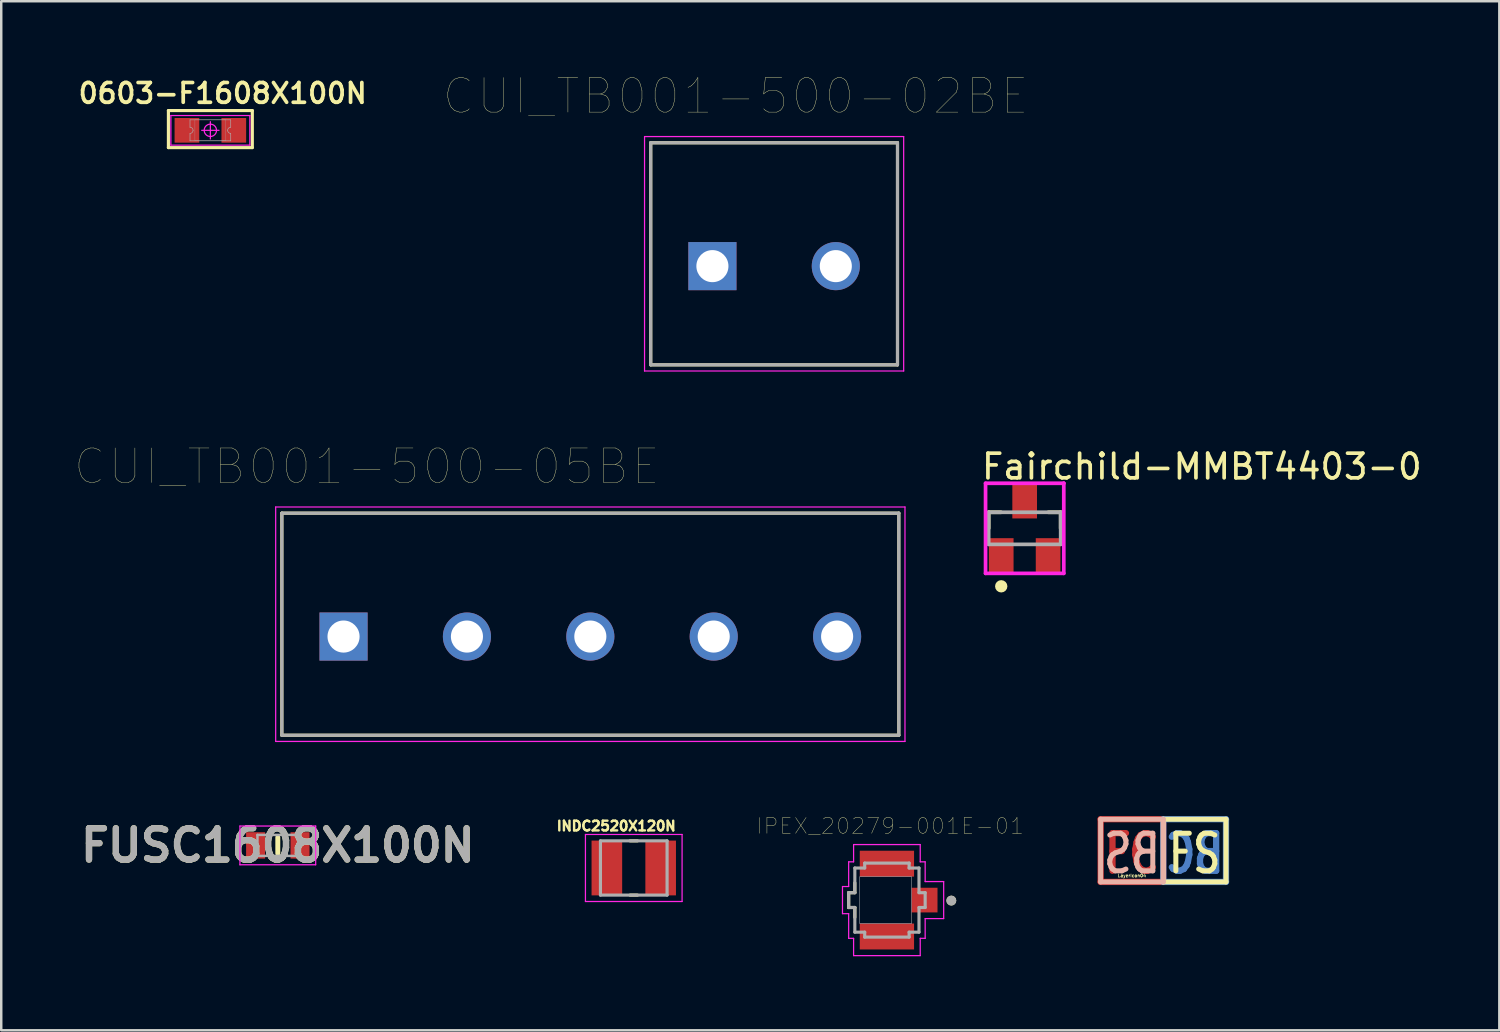
<source format=kicad_pcb>
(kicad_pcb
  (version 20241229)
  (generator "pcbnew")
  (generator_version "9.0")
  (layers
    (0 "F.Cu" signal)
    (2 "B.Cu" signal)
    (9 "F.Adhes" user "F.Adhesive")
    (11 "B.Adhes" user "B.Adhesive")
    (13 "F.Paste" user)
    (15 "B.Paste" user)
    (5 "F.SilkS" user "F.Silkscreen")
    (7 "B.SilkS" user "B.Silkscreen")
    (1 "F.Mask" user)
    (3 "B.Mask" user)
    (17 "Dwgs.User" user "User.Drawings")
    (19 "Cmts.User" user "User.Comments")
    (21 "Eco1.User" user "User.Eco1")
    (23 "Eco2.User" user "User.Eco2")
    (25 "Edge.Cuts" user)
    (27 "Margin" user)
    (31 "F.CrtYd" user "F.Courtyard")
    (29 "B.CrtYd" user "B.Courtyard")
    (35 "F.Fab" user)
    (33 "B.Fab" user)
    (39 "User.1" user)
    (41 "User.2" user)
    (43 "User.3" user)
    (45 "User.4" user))
  (footprint "0603-F1608X100N"
    (layer "F.Cu")
    (at 5.474 2.231)
    (property "Reference" "0603-F1608X100N" (at 0.5 -1.5 0) (layer "F.SilkS") (effects (font (size 0.8 0.8) (thickness 0.15))))
    (attr through_hole)
    (fp_line (start -1.7 -0.8) (end 1.7 -0.8) (stroke (width 0.127) (type solid)) (layer "F.SilkS"))
    (fp_line (start -1.7 0.7) (end -1.7 -0.8) (stroke (width 0.127) (type solid)) (layer "F.SilkS"))
    (fp_line (start 1.7 -0.8) (end 1.7 0.7) (stroke (width 0.127) (type solid)) (layer "F.SilkS"))
    (fp_line (start 1.7 0.7) (end -1.7 0.7) (stroke (width 0.127) (type solid)) (layer "F.SilkS"))
    (fp_line (start -1.6 -0.6) (end -1.6 0.6) (stroke (width 0.05) (type solid)) (layer "F.CrtYd"))
    (fp_line (start -1.6 0.6) (end 1.6 0.6) (stroke (width 0.05) (type solid)) (layer "F.CrtYd"))
    (fp_line (start 0 0.35) (end 0 -0.35) (stroke (width 0.05) (type solid)) (layer "F.CrtYd"))
    (fp_line (start 0.35 0) (end -0.35 0) (stroke (width 0.05) (type solid)) (layer "F.CrtYd"))
    (fp_line (start 1.6 -0.6) (end -1.6 -0.6) (stroke (width 0.05) (type solid)) (layer "F.CrtYd"))
    (fp_line (start 1.6 0.6) (end 1.6 -0.6) (stroke (width 0.05) (type solid)) (layer "F.CrtYd"))
    (fp_circle (center 0 0) (end 0.25 0) (stroke (width 0.05) (type solid)) (fill no) (layer "F.CrtYd"))
    (fp_line (start -0.825 -0.425) (end 0.825 -0.425) (stroke (width 0.025) (type solid)) (layer "F.Fab"))
    (fp_line (start -0.825 -0.125) (end -0.825 -0.425) (stroke (width 0.025) (type solid)) (layer "F.Fab"))
    (fp_line (start -0.825 0.425) (end -0.825 0.125) (stroke (width 0.025) (type solid)) (layer "F.Fab"))
    (fp_line (start -0.625 -0.425) (end -0.625 0.425) (stroke (width 0.01) (type solid)) (layer "F.Fab"))
    (fp_line (start -0.625 0.425) (end 0.625 0.425) (stroke (width 0.01) (type solid)) (layer "F.Fab"))
    (fp_line (start 0.625 -0.425) (end -0.625 -0.425) (stroke (width 0.01) (type solid)) (layer "F.Fab"))
    (fp_line (start 0.625 0.425) (end 0.625 -0.425) (stroke (width 0.01) (type solid)) (layer "F.Fab"))
    (fp_line (start 0.825 -0.425) (end 0.825 -0.125) (stroke (width 0.025) (type solid)) (layer "F.Fab"))
    (fp_line (start 0.825 0.125) (end 0.825 0.425) (stroke (width 0.025) (type solid)) (layer "F.Fab"))
    (fp_line (start 0.825 0.425) (end -0.825 0.425) (stroke (width 0.025) (type solid)) (layer "F.Fab"))
    (fp_arc (start -0.825 -0.125) (mid -0.736612 -0.088388) (end -0.7 0) (stroke (width 0.025) (type solid)) (layer "F.Fab"))
    (fp_arc (start -0.7 0) (mid -0.736612 0.088388) (end -0.825 0.125) (stroke (width 0.025) (type solid)) (layer "F.Fab"))
    (fp_arc (start 0.7 0) (mid 0.736612 -0.088388) (end 0.825 -0.125) (stroke (width 0.025) (type solid)) (layer "F.Fab"))
    (fp_arc (start 0.825 0.125) (mid 0.736612 0.088388) (end 0.7 0) (stroke (width 0.025) (type solid)) (layer "F.Fab"))
    (pad "1" smd roundrect (at -0.95 0) (size 1 1) (layers "F.Cu" "F.Mask" "F.Paste") (roundrect_rratio 0.01))
    (pad "2" smd roundrect (at 0.95 0) (size 1 1) (layers "F.Cu" "F.Mask" "F.Paste") (roundrect_rratio 0.01)))
  (footprint "INDC2520X120N"
    (layer "F.Cu")
    (at 22.631 32.122)
    (property "Reference" "INDC2520X120N" (at -0.71 -1.7 0) (layer "F.SilkS") (effects (font (size 0.394 0.394) (thickness 0.15))))
    (attr through_hole)
    (fp_line (start -0.15 -1.1) (end 0.15 -1.1) (stroke (width 0.127) (type solid)) (layer "F.SilkS"))
    (fp_line (start -0.15 1.1) (end 0.15 1.1) (stroke (width 0.127) (type solid)) (layer "F.SilkS"))
    (fp_line (start -1.958 -1.358) (end 1.958 -1.358) (stroke (width 0.05) (type solid)) (layer "F.CrtYd"))
    (fp_line (start -1.958 1.358) (end -1.958 -1.358) (stroke (width 0.05) (type solid)) (layer "F.CrtYd"))
    (fp_line (start -1.958 1.358) (end 1.958 1.358) (stroke (width 0.05) (type solid)) (layer "F.CrtYd"))
    (fp_line (start 1.958 1.358) (end 1.958 -1.358) (stroke (width 0.05) (type solid)) (layer "F.CrtYd"))
    (fp_line (start -1.35 1.1) (end -1.35 -1.1) (stroke (width 0.127) (type solid)) (layer "F.Fab"))
    (fp_line (start 1.35 -1.1) (end -1.35 -1.1) (stroke (width 0.127) (type solid)) (layer "F.Fab"))
    (fp_line (start 1.35 1.1) (end -1.35 1.1) (stroke (width 0.127) (type solid)) (layer "F.Fab"))
    (fp_line (start 1.35 1.1) (end 1.35 -1.1) (stroke (width 0.127) (type solid)) (layer "F.Fab"))
    (pad "1" smd rect (at -1.09 0) (size 1.24 2.22) (layers "F.Cu" "F.Mask" "F.Paste"))
    (pad "2" smd rect (at 1.09 0) (size 1.24 2.22) (layers "F.Cu" "F.Mask" "F.Paste")))
  (footprint "FUSC1608X100N"
    (layer "F.Cu")
    (at 8.207 31.207)
    (property "Reference" "FUSC1608X100N" (at 0 0 0) (layer "F.SilkS") (effects (font (size 1.27 1.27) (thickness 0.254))))
    (attr smd)
    (fp_line (start 0 -0.325) (end 0 0.325) (stroke (width 0.2) (type solid)) (layer "F.SilkS"))
    (fp_line (start -1.535 -0.785) (end 1.535 -0.785) (stroke (width 0.05) (type solid)) (layer "F.CrtYd"))
    (fp_line (start -1.535 0.785) (end -1.535 -0.785) (stroke (width 0.05) (type solid)) (layer "F.CrtYd"))
    (fp_line (start 1.535 -0.785) (end 1.535 0.785) (stroke (width 0.05) (type solid)) (layer "F.CrtYd"))
    (fp_line (start 1.535 0.785) (end -1.535 0.785) (stroke (width 0.05) (type solid)) (layer "F.CrtYd"))
    (fp_line (start -0.825 -0.425) (end 0.825 -0.425) (stroke (width 0.1) (type solid)) (layer "F.Fab"))
    (fp_line (start -0.825 0.425) (end -0.825 -0.425) (stroke (width 0.1) (type solid)) (layer "F.Fab"))
    (fp_line (start 0.825 -0.425) (end 0.825 0.425) (stroke (width 0.1) (type solid)) (layer "F.Fab"))
    (fp_line (start 0.825 0.425) (end -0.825 0.425) (stroke (width 0.1) (type solid)) (layer "F.Fab"))
    (fp_text user "${REFERENCE}" (at 0 0 0) (layer "F.Fab") (effects (font (size 1.27 1.27) (thickness 0.254))))
    (pad "1" smd rect (at -0.9 0) (size 0.77 1.07) (layers "F.Cu" "F.Mask" "F.Paste"))
    (pad "2" smd rect (at 0.9 0) (size 0.77 1.07) (layers "F.Cu" "F.Mask" "F.Paste")))
  (footprint "CUI_TB001-500-02BE"
    (layer "F.Cu")
    (at 25.818 7.734)
    (property "Reference" "CUI_TB001-500-02BE" (at 0.945 -6.889 0) (layer "F.SilkS") (effects (font (size 1.4 1.4) (thickness 0.015))))
    (attr through_hole)
    (fp_line (start -2.5 -5) (end 7.5 -5) (stroke (width 0.127) (type solid)) (layer "F.SilkS"))
    (fp_line (start -2.5 4) (end -2.5 -5) (stroke (width 0.127) (type solid)) (layer "F.SilkS"))
    (fp_line (start 7.5 -5) (end 7.5 4) (stroke (width 0.127) (type solid)) (layer "F.SilkS"))
    (fp_line (start 7.5 4) (end -2.5 4) (stroke (width 0.127) (type solid)) (layer "F.SilkS"))
    (fp_line (start -2.75 -5.25) (end 7.75 -5.25) (stroke (width 0.05) (type solid)) (layer "F.CrtYd"))
    (fp_line (start -2.75 4.25) (end -2.75 -5.25) (stroke (width 0.05) (type solid)) (layer "F.CrtYd"))
    (fp_line (start 7.75 -5.25) (end 7.75 4.25) (stroke (width 0.05) (type solid)) (layer "F.CrtYd"))
    (fp_line (start 7.75 4.25) (end -2.75 4.25) (stroke (width 0.05) (type solid)) (layer "F.CrtYd"))
    (fp_line (start -2.5 -5) (end 7.5 -5) (stroke (width 0.127) (type solid)) (layer "F.Fab"))
    (fp_line (start -2.5 4) (end -2.5 -5) (stroke (width 0.127) (type solid)) (layer "F.Fab"))
    (fp_line (start 7.5 -5) (end 7.5 4) (stroke (width 0.127) (type solid)) (layer "F.Fab"))
    (fp_line (start 7.5 4) (end -2.5 4) (stroke (width 0.127) (type solid)) (layer "F.Fab"))
    (pad "1" thru_hole rect (at 0 0) (size 1.95 1.95) (drill 1.3) (layers "*.Cu" "*.Mask"))
    (pad "2" thru_hole circle (at 5 0) (size 1.95 1.95) (drill 1.3) (layers "*.Cu" "*.Mask")))
  (footprint "IPEX_20279-001E-01"
    (layer "F.Cu")
    (at 32.889 33.423)
    (property "Reference" "IPEX_20279-001E-01" (at 0.129 -3.003 0) (layer "F.SilkS") (effects (font (size 0.641 0.641) (thickness 0.015))))
    (attr through_hole)
    (fp_line (start -1.55 -0.3) (end -1.55 0.3) (stroke (width 0.127) (type solid)) (layer "F.SilkS"))
    (fp_line (start -1.55 0.3) (end -1.3 0.3) (stroke (width 0.127) (type solid)) (layer "F.SilkS"))
    (fp_line (start -1.3 -0.7) (end -1.3 -0.3) (stroke (width 0.127) (type solid)) (layer "F.SilkS"))
    (fp_line (start -1.3 -0.3) (end -1.55 -0.3) (stroke (width 0.127) (type solid)) (layer "F.SilkS"))
    (fp_line (start -1.3 0.3) (end -1.3 0.7) (stroke (width 0.127) (type solid)) (layer "F.SilkS"))
    (fp_circle (center 2.61 0.02) (end 2.71 0.02) (stroke (width 0.2) (type solid)) (fill no) (layer "F.SilkS"))
    (fp_poly (pts (xy -1.1 -0.95) (xy 1 -0.95) (xy 1 0.95) (xy -1.1 0.95)) (stroke (width 0.01) (type solid)) (fill no) (layer "Dwgs.User"))
    (fp_poly (pts (xy -1.1 -0.95) (xy 1 -0.95) (xy 1 0.95) (xy -1.1 0.95)) (stroke (width 0.01) (type solid)) (fill no) (layer "Dwgs.User"))
    (fp_line (start -1.8 -0.55) (end -1.8 0.55) (stroke (width 0.05) (type solid)) (layer "F.CrtYd"))
    (fp_line (start -1.8 0.55) (end -1.55 0.55) (stroke (width 0.05) (type solid)) (layer "F.CrtYd"))
    (fp_line (start -1.55 -1.55) (end -1.55 -0.55) (stroke (width 0.05) (type solid)) (layer "F.CrtYd"))
    (fp_line (start -1.55 -0.55) (end -1.8 -0.55) (stroke (width 0.05) (type solid)) (layer "F.CrtYd"))
    (fp_line (start -1.55 1.55) (end -1.55 0.55) (stroke (width 0.05) (type solid)) (layer "F.CrtYd"))
    (fp_line (start -1.35 -1.55) (end -1.55 -1.55) (stroke (width 0.05) (type solid)) (layer "F.CrtYd"))
    (fp_line (start -1.35 -1.55) (end -1.35 -2.25) (stroke (width 0.05) (type solid)) (layer "F.CrtYd"))
    (fp_line (start -1.35 1.55) (end -1.55 1.55) (stroke (width 0.05) (type solid)) (layer "F.CrtYd"))
    (fp_line (start -1.35 2.25) (end -1.35 1.55) (stroke (width 0.05) (type solid)) (layer "F.CrtYd"))
    (fp_line (start 1.35 -2.25) (end -1.35 -2.25) (stroke (width 0.05) (type solid)) (layer "F.CrtYd"))
    (fp_line (start 1.35 -2.25) (end 1.35 -1.55) (stroke (width 0.05) (type solid)) (layer "F.CrtYd"))
    (fp_line (start 1.35 -1.55) (end 1.55 -1.55) (stroke (width 0.05) (type solid)) (layer "F.CrtYd"))
    (fp_line (start 1.35 1.55) (end 1.35 2.25) (stroke (width 0.05) (type solid)) (layer "F.CrtYd"))
    (fp_line (start 1.35 1.55) (end 1.55 1.55) (stroke (width 0.05) (type solid)) (layer "F.CrtYd"))
    (fp_line (start 1.35 2.25) (end -1.35 2.25) (stroke (width 0.05) (type solid)) (layer "F.CrtYd"))
    (fp_line (start 1.55 -1.55) (end 1.55 -0.75) (stroke (width 0.05) (type solid)) (layer "F.CrtYd"))
    (fp_line (start 1.55 0.75) (end 2.3 0.75) (stroke (width 0.05) (type solid)) (layer "F.CrtYd"))
    (fp_line (start 1.55 1.55) (end 1.55 0.75) (stroke (width 0.05) (type solid)) (layer "F.CrtYd"))
    (fp_line (start 2.3 -0.75) (end 1.55 -0.75) (stroke (width 0.05) (type solid)) (layer "F.CrtYd"))
    (fp_line (start 2.3 0.75) (end 2.3 -0.75) (stroke (width 0.05) (type solid)) (layer "F.CrtYd"))
    (fp_line (start -1.55 -0.3) (end -1.55 0.3) (stroke (width 0.127) (type solid)) (layer "F.Fab"))
    (fp_line (start -1.55 0.3) (end -1.3 0.3) (stroke (width 0.127) (type solid)) (layer "F.Fab"))
    (fp_line (start -1.3 -1.3) (end -1.3 -0.3) (stroke (width 0.127) (type solid)) (layer "F.Fab"))
    (fp_line (start -1.3 -0.3) (end -1.55 -0.3) (stroke (width 0.127) (type solid)) (layer "F.Fab"))
    (fp_line (start -1.3 0.3) (end -1.3 1.3) (stroke (width 0.127) (type solid)) (layer "F.Fab"))
    (fp_line (start -1.3 1.3) (end -0.9 1.3) (stroke (width 0.127) (type solid)) (layer "F.Fab"))
    (fp_line (start -0.9 -1.5) (end -0.9 -1.3) (stroke (width 0.127) (type solid)) (layer "F.Fab"))
    (fp_line (start -0.9 -1.3) (end -1.3 -1.3) (stroke (width 0.127) (type solid)) (layer "F.Fab"))
    (fp_line (start -0.9 1.3) (end -0.9 1.5) (stroke (width 0.127) (type solid)) (layer "F.Fab"))
    (fp_line (start -0.9 1.5) (end 0.9 1.5) (stroke (width 0.127) (type solid)) (layer "F.Fab"))
    (fp_line (start 0.9 -1.5) (end -0.9 -1.5) (stroke (width 0.127) (type solid)) (layer "F.Fab"))
    (fp_line (start 0.9 -1.3) (end 0.9 -1.5) (stroke (width 0.127) (type solid)) (layer "F.Fab"))
    (fp_line (start 0.9 1.3) (end 1.3 1.3) (stroke (width 0.127) (type solid)) (layer "F.Fab"))
    (fp_line (start 0.9 1.5) (end 0.9 1.3) (stroke (width 0.127) (type solid)) (layer "F.Fab"))
    (fp_line (start 1.3 -1.3) (end 0.9 -1.3) (stroke (width 0.127) (type solid)) (layer "F.Fab"))
    (fp_line (start 1.3 -0.3) (end 1.3 -1.3) (stroke (width 0.127) (type solid)) (layer "F.Fab"))
    (fp_line (start 1.3 0.3) (end 1.55 0.3) (stroke (width 0.127) (type solid)) (layer "F.Fab"))
    (fp_line (start 1.3 1.3) (end 1.3 0.3) (stroke (width 0.127) (type solid)) (layer "F.Fab"))
    (fp_line (start 1.55 -0.3) (end 1.3 -0.3) (stroke (width 0.127) (type solid)) (layer "F.Fab"))
    (fp_line (start 1.55 0.3) (end 1.55 -0.3) (stroke (width 0.127) (type solid)) (layer "F.Fab"))
    (fp_circle (center 2.61 0.02) (end 2.71 0.02) (stroke (width 0.2) (type solid)) (fill no) (layer "F.Fab"))
    (pad "1" smd rect (at 1.525 0) (size 1.05 1) (layers "F.Cu" "F.Mask" "F.Paste"))
    (pad "2" smd rect (at 0 -1.475) (size 2.2 1.05) (layers "F.Cu" "F.Mask" "F.Paste"))
    (pad "3" smd rect (at 0 1.475) (size 2.2 1.05) (layers "F.Cu" "F.Mask" "F.Paste")))
  (footprint "CUI_TB001-500-05BE"
    (layer "F.Cu")
    (at 10.871 22.744)
    (property "Reference" "CUI_TB001-500-05BE" (at 0.945 -6.889 0) (layer "F.SilkS") (effects (font (size 1.4 1.4) (thickness 0.015))))
    (attr through_hole)
    (fp_line (start -2.5 -5) (end 22.5 -5) (stroke (width 0.127) (type solid)) (layer "F.SilkS"))
    (fp_line (start -2.5 4) (end -2.5 -5) (stroke (width 0.127) (type solid)) (layer "F.SilkS"))
    (fp_line (start 22.5 -5) (end 22.5 4) (stroke (width 0.127) (type solid)) (layer "F.SilkS"))
    (fp_line (start 22.5 4) (end -2.5 4) (stroke (width 0.127) (type solid)) (layer "F.SilkS"))
    (fp_line (start -2.75 -5.25) (end 22.75 -5.25) (stroke (width 0.05) (type solid)) (layer "F.CrtYd"))
    (fp_line (start -2.75 4.25) (end -2.75 -5.25) (stroke (width 0.05) (type solid)) (layer "F.CrtYd"))
    (fp_line (start 22.75 -5.25) (end 22.75 4.25) (stroke (width 0.05) (type solid)) (layer "F.CrtYd"))
    (fp_line (start 22.75 4.25) (end -2.75 4.25) (stroke (width 0.05) (type solid)) (layer "F.CrtYd"))
    (fp_line (start -2.5 -5) (end 22.5 -5) (stroke (width 0.127) (type solid)) (layer "F.Fab"))
    (fp_line (start -2.5 4) (end -2.5 -5) (stroke (width 0.127) (type solid)) (layer "F.Fab"))
    (fp_line (start 22.5 -5) (end 22.5 4) (stroke (width 0.127) (type solid)) (layer "F.Fab"))
    (fp_line (start 22.5 4) (end -2.5 4) (stroke (width 0.127) (type solid)) (layer "F.Fab"))
    (pad "1" thru_hole rect (at 0 0) (size 1.95 1.95) (drill 1.3) (layers "*.Cu" "*.Mask"))
    (pad "2" thru_hole circle (at 5 0) (size 1.95 1.95) (drill 1.3) (layers "*.Cu" "*.Mask"))
    (pad "3" thru_hole circle (at 10 0) (size 1.95 1.95) (drill 1.3) (layers "*.Cu" "*.Mask"))
    (pad "4" thru_hole circle (at 15 0) (size 1.95 1.95) (drill 1.3) (layers "*.Cu" "*.Mask"))
    (pad "5" thru_hole circle (at 20 0) (size 1.95 1.95) (drill 1.3) (layers "*.Cu" "*.Mask")))
  (footprint "Fairchild-MMBT4403-0"
    (layer "F.Cu")
    (at 38.471 18.358)
    (property "Reference" "Fairchild-MMBT4403-0" (at -1.825 -2.5 0) (layer "F.SilkS") (effects (font (size 1 1) (thickness 0.15)) (justify left)))
    (attr through_hole)
    (fp_line (start -1.46 -0.65) (end -1.46 0) (stroke (width 0.15) (type solid)) (layer "F.SilkS"))
    (fp_line (start -1.46 -0.65) (end -0.96 -0.65) (stroke (width 0.15) (type solid)) (layer "F.SilkS"))
    (fp_line (start 1.46 -0.65) (end 0.96 -0.65) (stroke (width 0.15) (type solid)) (layer "F.SilkS"))
    (fp_line (start 1.46 -0.65) (end 1.46 0) (stroke (width 0.15) (type solid)) (layer "F.SilkS"))
    (fp_circle (center -0.95 2.35) (end -0.825 2.35) (stroke (width 0.25) (type solid)) (fill no) (layer "F.SilkS"))
    (fp_line (start -1.585 -1.825) (end -1.585 1.825) (stroke (width 0.15) (type solid)) (layer "F.CrtYd"))
    (fp_line (start -1.585 1.825) (end 1.585 1.825) (stroke (width 0.15) (type solid)) (layer "F.CrtYd"))
    (fp_line (start 1.585 -1.825) (end -1.585 -1.825) (stroke (width 0.15) (type solid)) (layer "F.CrtYd"))
    (fp_line (start 1.585 -1.825) (end 1.585 -1.825) (stroke (width 0.15) (type solid)) (layer "F.CrtYd"))
    (fp_line (start 1.585 1.825) (end 1.585 -1.825) (stroke (width 0.15) (type solid)) (layer "F.CrtYd"))
    (fp_line (start -1.46 -0.65) (end 1.46 -0.65) (stroke (width 0.15) (type solid)) (layer "F.Fab"))
    (fp_line (start -1.46 0.65) (end -1.46 -0.65) (stroke (width 0.15) (type solid)) (layer "F.Fab"))
    (fp_line (start 1.46 -0.65) (end 1.46 0.65) (stroke (width 0.15) (type solid)) (layer "F.Fab"))
    (fp_line (start 1.46 0.65) (end -1.46 0.65) (stroke (width 0.15) (type solid)) (layer "F.Fab"))
    (pad "1" smd rect (at -0.95 1.1) (size 1 1.4) (layers "F.Cu" "F.Mask" "F.Paste"))
    (pad "2" smd rect (at 0.95 1.1) (size 1 1.4) (layers "F.Cu" "F.Mask" "F.Paste"))
    (pad "3" smd rect (at 0 -1.1) (size 1 1.4) (layers "F.Cu" "F.Mask" "F.Paste")))
  (footprint "LayerIcon04"
    (layer "F.Cu")
    (at 42.819 31.416)
    (property "Reference" "LayerIcon04" (at 0 1.016 0) (layer "F.SilkS") (effects (font (size 0.127 0.127) (thickness 0.025))))
    (attr exclude_from_pos_files exclude_from_bom)
    (fp_line (start -1.27 -1.27) (end 1.27 -1.27) (stroke (width 0.254) (type solid)) (layer "F.Cu"))
    (fp_line (start -1.27 1.27) (end -1.27 -1.27) (stroke (width 0.254) (type solid)) (layer "F.Cu"))
    (fp_line (start 1.27 -1.27) (end 1.27 1.27) (stroke (width 0.254) (type solid)) (layer "F.Cu"))
    (fp_line (start 1.27 1.27) (end -1.27 1.27) (stroke (width 0.254) (type solid)) (layer "F.Cu"))
    (fp_line (start 1.27 -1.27) (end 3.81 -1.27) (stroke (width 0.254) (type solid)) (layer "B.Cu"))
    (fp_line (start 1.27 1.27) (end 1.27 -1.27) (stroke (width 0.254) (type solid)) (layer "B.Cu"))
    (fp_line (start 3.81 -1.27) (end 3.81 1.27) (stroke (width 0.254) (type solid)) (layer "B.Cu"))
    (fp_line (start 3.81 1.27) (end 1.27 1.27) (stroke (width 0.254) (type solid)) (layer "B.Cu"))
    (fp_line (start 3.81 -1.27) (end 6.35 -1.27) (stroke (width 0.254) (type solid)) (layer "In1.Cu"))
    (fp_line (start 3.81 1.27) (end 3.81 -1.27) (stroke (width 0.254) (type solid)) (layer "In1.Cu"))
    (fp_line (start 6.35 -1.27) (end 6.35 1.27) (stroke (width 0.254) (type solid)) (layer "In1.Cu"))
    (fp_line (start 6.35 1.27) (end 3.81 1.27) (stroke (width 0.254) (type solid)) (layer "In1.Cu"))
    (fp_line (start 1.27 1.27) (end 1.27 -1.27) (stroke (width 0.203) (type solid)) (layer "F.SilkS"))
    (fp_line (start 1.27 1.27) (end 3.81 1.27) (stroke (width 0.203) (type solid)) (layer "F.SilkS"))
    (fp_line (start 3.81 -1.27) (end 1.27 -1.27) (stroke (width 0.203) (type solid)) (layer "F.SilkS"))
    (fp_line (start 3.81 -1.27) (end 3.81 1.27) (stroke (width 0.203) (type solid)) (layer "F.SilkS"))
    (fp_line (start 3.81 -1.27) (end 6.35 -1.27) (stroke (width 0.254) (type solid)) (layer "In2.Cu"))
    (fp_line (start 3.81 1.27) (end 3.81 -1.27) (stroke (width 0.254) (type solid)) (layer "In2.Cu"))
    (fp_line (start 6.35 -1.27) (end 6.35 1.27) (stroke (width 0.254) (type solid)) (layer "In2.Cu"))
    (fp_line (start 6.35 1.27) (end 3.81 1.27) (stroke (width 0.254) (type solid)) (layer "In2.Cu"))
    (fp_line (start -1.27 -1.27) (end -1.27 1.27) (stroke (width 0.203) (type solid)) (layer "B.SilkS"))
    (fp_line (start -1.27 1.27) (end 1.27 1.27) (stroke (width 0.203) (type solid)) (layer "B.SilkS"))
    (fp_line (start 1.27 -1.27) (end -1.27 -1.27) (stroke (width 0.203) (type solid)) (layer "B.SilkS"))
    (fp_line (start 1.27 1.27) (end 1.27 -1.27) (stroke (width 0.203) (type solid)) (layer "B.SilkS"))
    (fp_text user "FC" (at 0 0.127 0) (layer "F.Cu") (effects (font (size 1.524 1.143) (thickness 0.254))))
    (fp_text user "BC" (at 2.54 0.127 0) (layer "B.Cu") (effects (font (size 1.524 1.143) (thickness 0.254)) (justify mirror)))
    (fp_text user "I1" (at 5.08 0.127 0) (layer "In1.Cu") (effects (font (size 1.524 1.143) (thickness 0.254))))
    (fp_text user "FS" (at 2.54 0.127 0) (layer "F.SilkS") (effects (font (size 1.524 1.143) (thickness 0.203))))
    (fp_text user "I2" (at 5.08 0.127 0) (layer "In2.Cu") (effects (font (size 1.524 1.143) (thickness 0.203)) (justify mirror)))
    (fp_text user "BS" (at 0 0.127 0) (layer "B.SilkS") (effects (font (size 1.524 1.143) (thickness 0.203)) (justify mirror))))
  (gr_rect
    (start -3 -3)
    (end 57.705 38.698)
    (stroke (width 0.1) (type default))
    (fill no)
    (layer "Edge.Cuts")))
</source>
